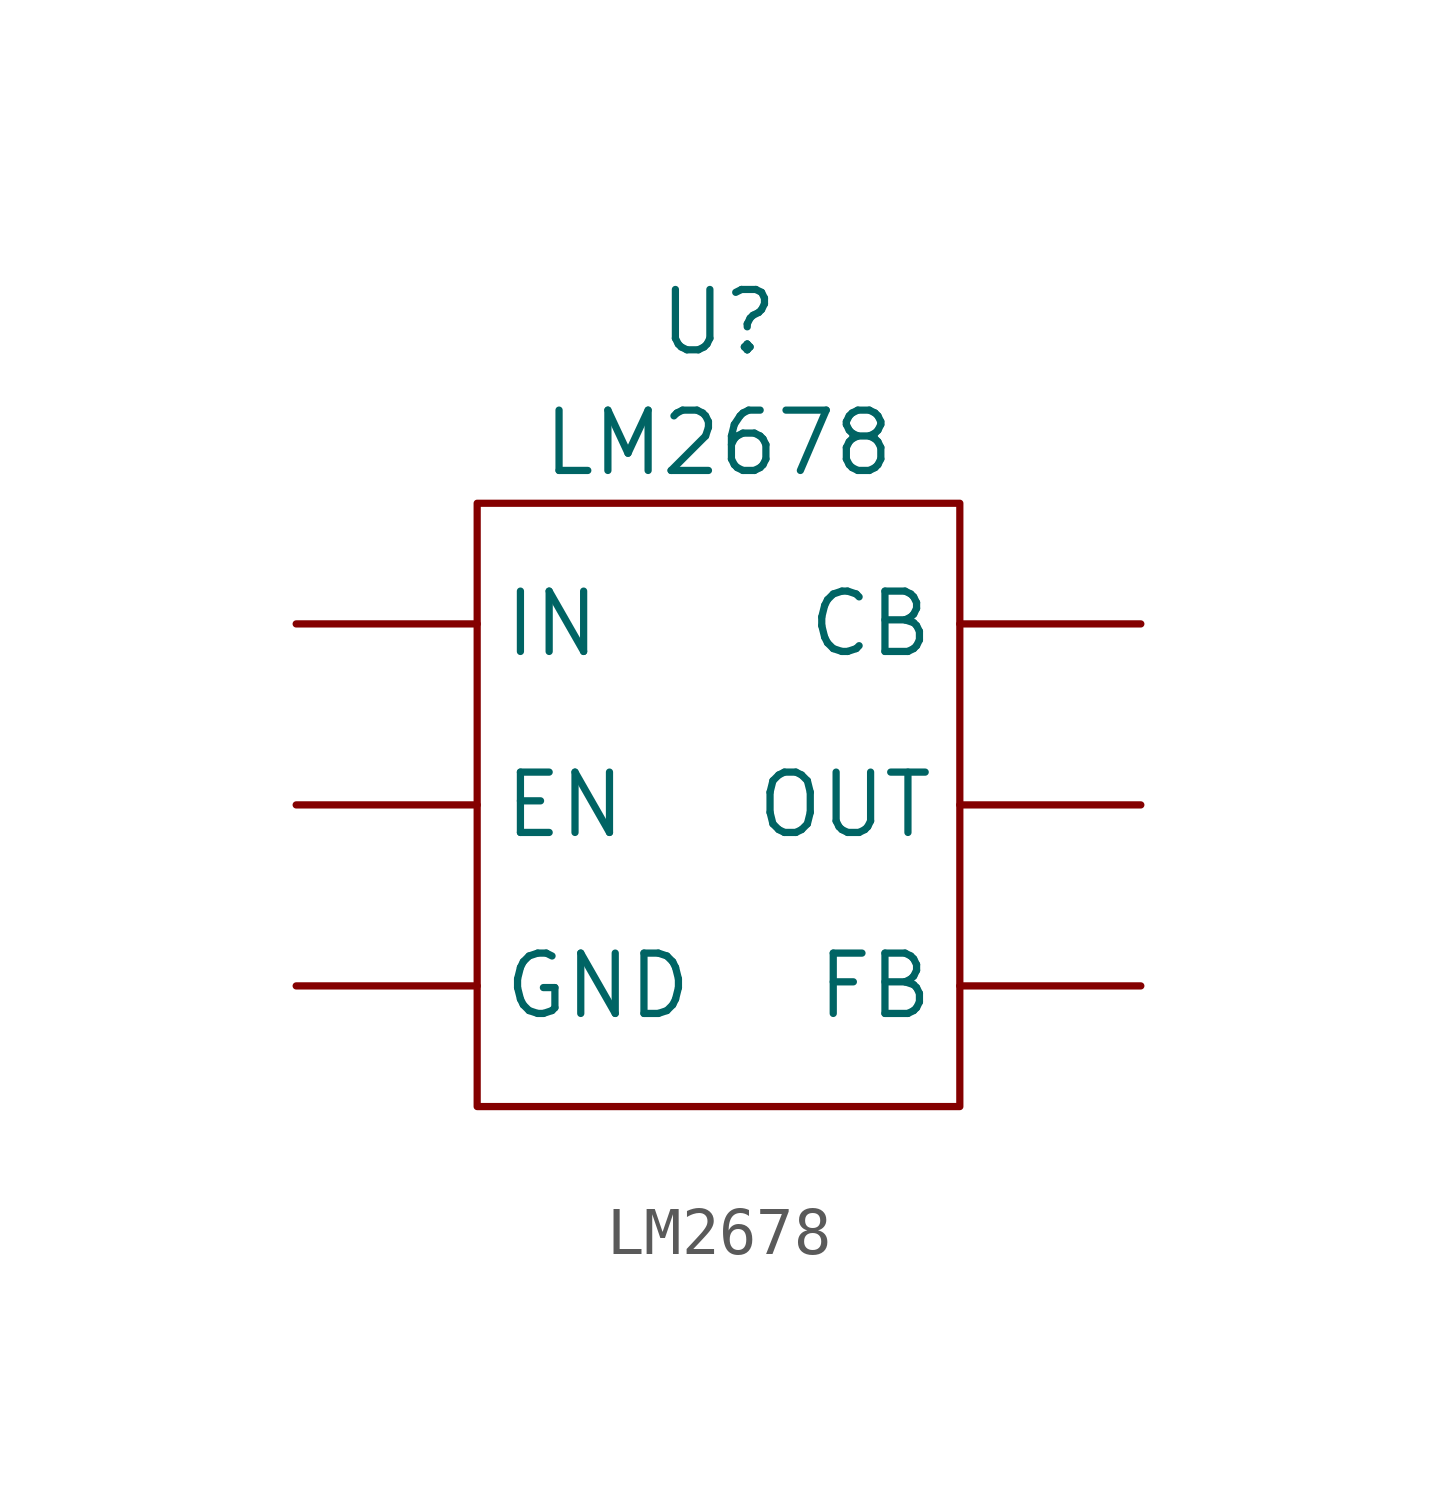
<source format=kicad_sym>
(kicad_symbol_lib
  (version 20211014)
  (generator kicad_symbol_editor)
  (symbol "LM2678"
    (pin_numbers hide)
    (property "Reference" "U"
      (at 0 10.16 0)
      (effects (font (size 1.27 1.27))))
    (property "Value" "LM2678"
      (at 0 7.62 0)
      (effects (font (size 1.27 1.27))))
    (symbol "LM2678_0_1"
      (rectangle (start -5.08 6.35) (end 5.08 -6.35) (stroke (width 0.152) (type default) (color 0 0 0 0)) (fill (type none))))
    (symbol "LM2678_1_1"
      (pin power_out line (at 8.89 0 180) (length 3.81) (name "OUT" (effects (font (size 1.27 1.27)))) (number "1" (effects (font (size 1.27 1.27)))))
      (pin power_in line (at -8.89 3.81 0) (length 3.81) (name "IN" (effects (font (size 1.27 1.27)))) (number "2" (effects (font (size 1.27 1.27)))))
      (pin passive line (at 8.89 3.81 180) (length 3.81) (name "CB" (effects (font (size 1.27 1.27)))) (number "3" (effects (font (size 1.27 1.27)))))
      (pin power_in line (at -8.89 -3.81 0) (length 3.81) (name "GND" (effects (font (size 1.27 1.27)))) (number "4" (effects (font (size 1.27 1.27)))))
      (pin input line (at 8.89 -3.81 180) (length 3.81) (name "FB" (effects (font (size 1.27 1.27)))) (number "6" (effects (font (size 1.27 1.27)))))
      (pin input line (at -8.89 0 0) (length 3.81) (name "EN" (effects (font (size 1.27 1.27)))) (number "7" (effects (font (size 1.27 1.27))))))))
</source>
